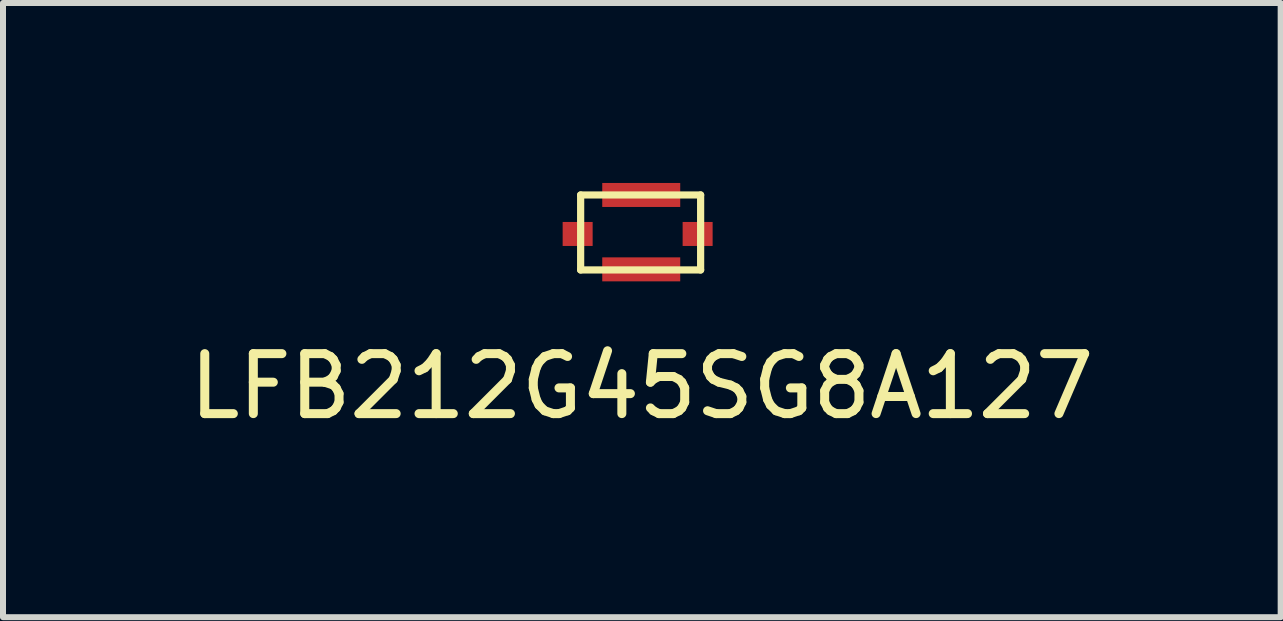
<source format=kicad_pcb>
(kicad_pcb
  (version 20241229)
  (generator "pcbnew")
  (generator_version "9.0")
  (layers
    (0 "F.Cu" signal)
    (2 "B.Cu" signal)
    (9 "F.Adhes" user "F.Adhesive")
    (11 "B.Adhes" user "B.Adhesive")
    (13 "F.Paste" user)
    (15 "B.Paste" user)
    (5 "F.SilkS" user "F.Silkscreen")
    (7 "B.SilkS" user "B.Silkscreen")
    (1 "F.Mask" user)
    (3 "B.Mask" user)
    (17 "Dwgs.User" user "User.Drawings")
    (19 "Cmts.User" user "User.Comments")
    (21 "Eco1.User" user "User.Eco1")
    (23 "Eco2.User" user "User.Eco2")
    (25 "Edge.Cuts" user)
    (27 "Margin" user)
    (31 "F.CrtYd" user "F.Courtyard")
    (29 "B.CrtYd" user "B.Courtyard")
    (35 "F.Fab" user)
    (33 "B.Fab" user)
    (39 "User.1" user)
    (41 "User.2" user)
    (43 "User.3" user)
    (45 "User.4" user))
  (footprint "LFB212G45SG8A127"
    (layer "F.Cu")
    (at 7.629 0.85)
    (property "Reference" "LFB212G45SG8A127" (at 0.02 2.54 0) (layer "F.SilkS") (effects (font (size 1 1) (thickness 0.15))))
    (attr through_hole)
    (fp_line (start -1 -0.65) (end 1 -0.65) (stroke (width 0.12) (type solid)) (layer "F.SilkS"))
    (fp_line (start -1 0.6) (end -1 -0.65) (stroke (width 0.12) (type solid)) (layer "F.SilkS"))
    (fp_line (start 1 -0.65) (end 1 0.6) (stroke (width 0.12) (type solid)) (layer "F.SilkS"))
    (fp_line (start 1 0.6) (end -1 0.6) (stroke (width 0.12) (type solid)) (layer "F.SilkS"))
    (pad "1" smd rect (at 0.01 -0.65) (size 1.3 0.4) (layers "F.Cu" "F.Mask" "F.Paste"))
    (pad "2" smd rect (at 0.95 0) (size 0.5 0.4) (layers "F.Cu" "F.Mask" "F.Paste"))
    (pad "3" smd rect (at 0.01 0.59) (size 1.3 0.4) (layers "F.Cu" "F.Mask" "F.Paste"))
    (pad "4" smd rect (at -1.05 0) (size 0.5 0.4) (layers "F.Cu" "F.Mask" "F.Paste")))
  (gr_rect
    (start -3 -3)
    (end 18.298 7.238)
    (stroke (width 0.1) (type default))
    (fill no)
    (layer "Edge.Cuts")))
</source>
